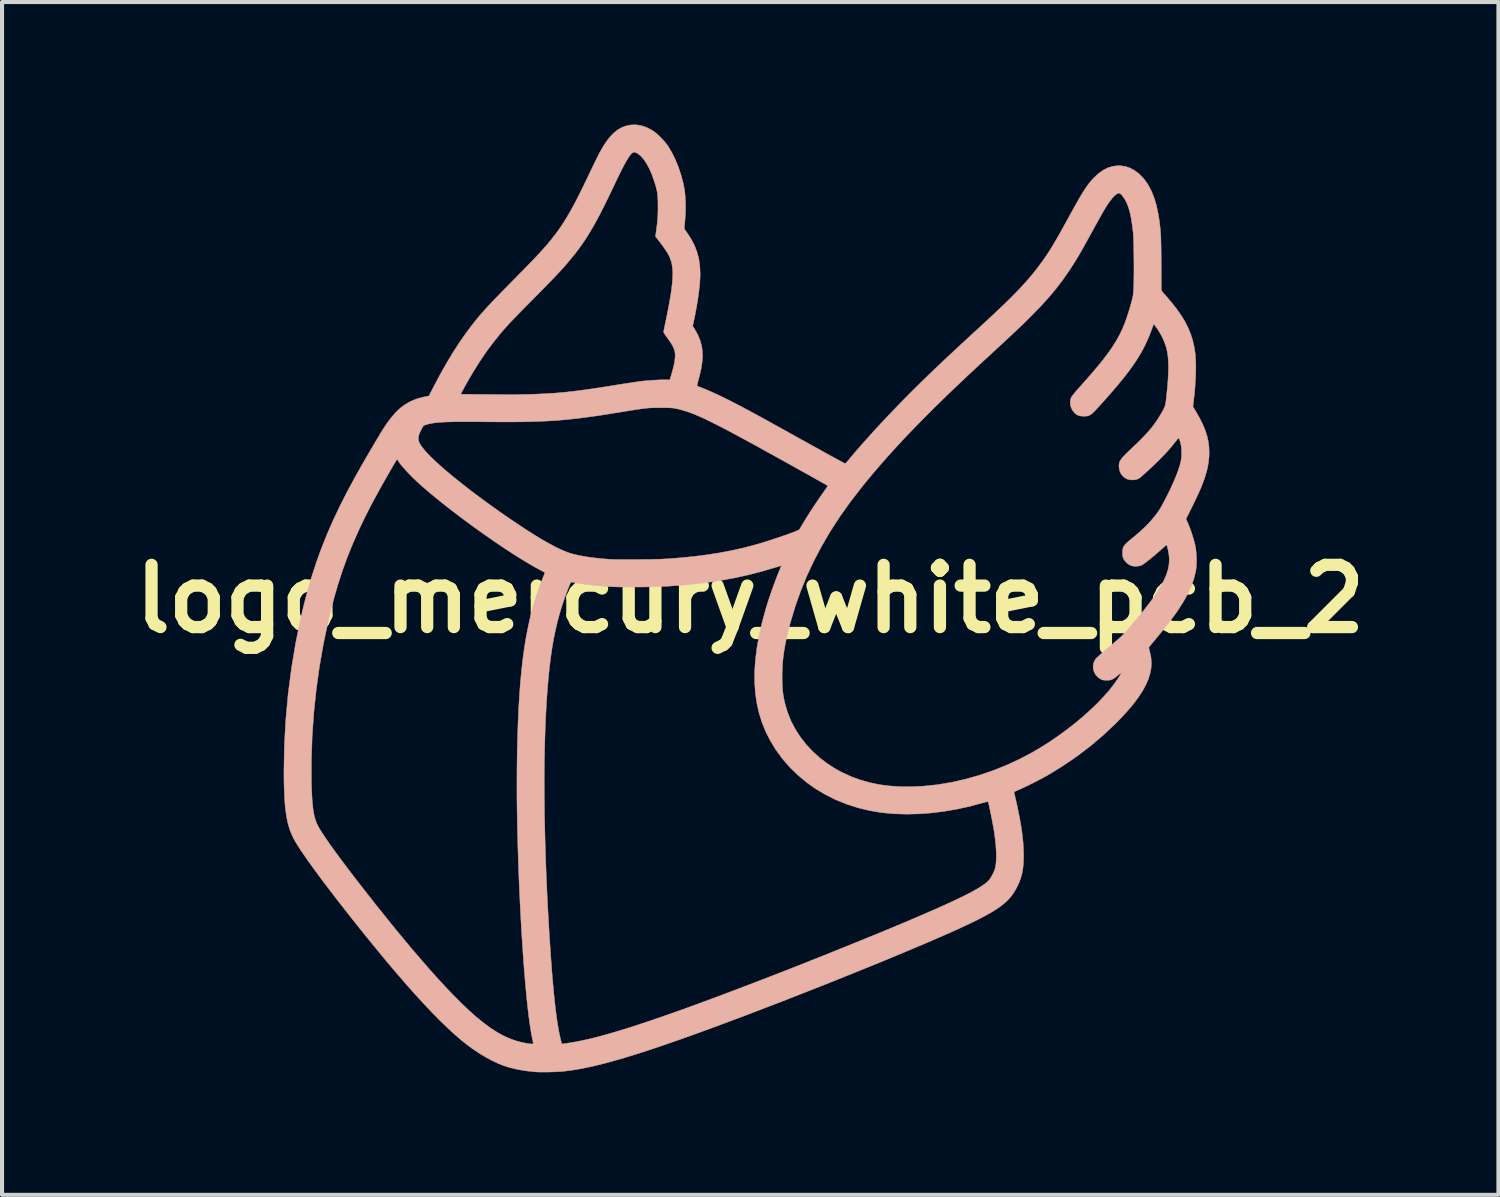
<source format=kicad_pcb>
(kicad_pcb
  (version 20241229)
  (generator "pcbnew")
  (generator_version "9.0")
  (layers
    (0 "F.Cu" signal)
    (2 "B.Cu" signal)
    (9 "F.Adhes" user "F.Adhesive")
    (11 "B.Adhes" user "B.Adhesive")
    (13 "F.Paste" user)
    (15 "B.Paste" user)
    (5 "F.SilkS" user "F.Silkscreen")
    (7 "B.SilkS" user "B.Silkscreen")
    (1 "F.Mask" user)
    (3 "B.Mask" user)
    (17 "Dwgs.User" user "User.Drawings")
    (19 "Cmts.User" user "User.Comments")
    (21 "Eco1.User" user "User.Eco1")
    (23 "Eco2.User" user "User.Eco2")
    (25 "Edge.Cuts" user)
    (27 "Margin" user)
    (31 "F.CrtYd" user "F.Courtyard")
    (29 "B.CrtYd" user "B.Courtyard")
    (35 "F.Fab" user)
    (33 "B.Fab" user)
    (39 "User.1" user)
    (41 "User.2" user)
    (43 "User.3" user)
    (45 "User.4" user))
  (footprint "logo_mercury_white_pcb_2"
    (layer "F.Cu")
    (at 15.32 11.615)
    (property "Reference" "logo_mercury_white_pcb_2" (at 0 0 0) (layer "F.SilkS") (effects (font (size 1.524 1.524) (thickness 0.3))))
    (attr through_hole)
    (fp_poly (pts (xy 3.69 -1.395) (xy 3.715 -1.387) (xy 3.733 -1.369) (xy 3.745 -1.338) (xy 3.752 -1.291) (xy 3.755 -1.225) (xy 3.755 -1.19) (xy 3.755 -1.15) (xy 3.754 -1.111) (xy 3.752 -1.071) (xy 3.749 -1.028) (xy 3.745 -0.979) (xy 3.739 -0.923) (xy 3.731 -0.856) (xy 3.722 -0.777) (xy 3.71 -0.684) (xy 3.696 -0.573) (xy 3.678 -0.444) (xy 3.665 -0.346) (xy 3.651 -0.235) (xy 3.637 -0.123) (xy 3.623 -0.013) (xy 3.611 0.09) (xy 3.6 0.183) (xy 3.592 0.261) (xy 3.586 0.32) (xy 3.585 0.323) (xy 3.57 0.608) (xy 3.574 0.882) (xy 3.597 1.147) (xy 3.639 1.4) (xy 3.7 1.642) (xy 3.781 1.872) (xy 3.88 2.089) (xy 3.88 2.089) (xy 3.972 2.247) (xy 4.077 2.389) (xy 4.197 2.516) (xy 4.334 2.631) (xy 4.49 2.734) (xy 4.632 2.812) (xy 4.679 2.835) (xy 4.743 2.864) (xy 4.818 2.897) (xy 4.9 2.932) (xy 4.982 2.966) (xy 5.013 2.979) (xy 5.166 3.042) (xy 5.298 3.1) (xy 5.411 3.153) (xy 5.504 3.2) (xy 5.579 3.244) (xy 5.638 3.284) (xy 5.68 3.322) (xy 5.707 3.358) (xy 5.721 3.392) (xy 5.722 3.426) (xy 5.72 3.435) (xy 5.698 3.476) (xy 5.655 3.517) (xy 5.594 3.557) (xy 5.515 3.595) (xy 5.422 3.63) (xy 5.316 3.663) (xy 5.2 3.692) (xy 5.075 3.718) (xy 4.944 3.739) (xy 4.808 3.755) (xy 4.67 3.767) (xy 4.533 3.772) (xy 4.397 3.771) (xy 4.324 3.768) (xy 4.074 3.744) (xy 3.842 3.704) (xy 3.625 3.649) (xy 3.426 3.577) (xy 3.242 3.49) (xy 3.074 3.386) (xy 2.923 3.266) (xy 2.851 3.199) (xy 2.723 3.054) (xy 2.614 2.896) (xy 2.522 2.724) (xy 2.45 2.54) (xy 2.397 2.343) (xy 2.362 2.134) (xy 2.347 1.914) (xy 2.348 1.749) (xy 2.361 1.549) (xy 2.388 1.345) (xy 2.429 1.135) (xy 2.485 0.916) (xy 2.555 0.687) (xy 2.641 0.445) (xy 2.699 0.294) (xy 2.771 0.12) (xy 2.847 -0.053) (xy 2.926 -0.225) (xy 3.008 -0.393) (xy 3.09 -0.555) (xy 3.173 -0.708) (xy 3.254 -0.851) (xy 3.333 -0.982) (xy 3.408 -1.099) (xy 3.479 -1.199) (xy 3.544 -1.28) (xy 3.58 -1.32) (xy 3.618 -1.358) (xy 3.645 -1.381) (xy 3.665 -1.393) (xy 3.684 -1.395) (xy 3.69 -1.395)) (stroke (width 0.01) (type solid)) (fill yes) (layer "B.Mask"))
    (fp_poly (pts (xy -8.642 -3.414) (xy -8.634 -3.403) (xy -8.601 -3.352) (xy -8.553 -3.289) (xy -8.49 -3.215) (xy -8.417 -3.134) (xy -8.335 -3.047) (xy -8.246 -2.958) (xy -8.152 -2.867) (xy -8.055 -2.777) (xy -7.959 -2.692) (xy -7.938 -2.673) (xy -7.77 -2.533) (xy -7.591 -2.387) (xy -7.401 -2.237) (xy -7.203 -2.085) (xy -7 -1.933) (xy -6.793 -1.781) (xy -6.584 -1.631) (xy -6.376 -1.485) (xy -6.171 -1.344) (xy -5.97 -1.21) (xy -5.777 -1.085) (xy -5.593 -0.969) (xy -5.42 -0.864) (xy -5.261 -0.773) (xy -5.156 -0.716) (xy -5.025 -0.646) (xy -5.088 -0.488) (xy -5.162 -0.294) (xy -5.231 -0.096) (xy -5.295 0.107) (xy -5.353 0.316) (xy -5.406 0.533) (xy -5.454 0.759) (xy -5.498 0.995) (xy -5.537 1.242) (xy -5.572 1.501) (xy -5.603 1.774) (xy -5.629 2.061) (xy -5.652 2.364) (xy -5.67 2.684) (xy -5.686 3.023) (xy -5.697 3.381) (xy -5.706 3.759) (xy -5.711 4.156) (xy -5.713 4.437) (xy -5.712 4.726) (xy -5.71 5.022) (xy -5.706 5.324) (xy -5.7 5.631) (xy -5.693 5.941) (xy -5.684 6.254) (xy -5.673 6.567) (xy -5.661 6.879) (xy -5.648 7.19) (xy -5.634 7.498) (xy -5.618 7.801) (xy -5.601 8.099) (xy -5.583 8.389) (xy -5.564 8.672) (xy -5.545 8.944) (xy -5.524 9.206) (xy -5.503 9.456) (xy -5.481 9.692) (xy -5.458 9.914) (xy -5.435 10.119) (xy -5.411 10.308) (xy -5.387 10.477) (xy -5.363 10.627) (xy -5.338 10.755) (xy -5.328 10.804) (xy -5.319 10.844) (xy -5.313 10.874) (xy -5.311 10.888) (xy -5.319 10.895) (xy -5.344 10.897) (xy -5.387 10.894) (xy -5.451 10.885) (xy -5.511 10.875) (xy -5.69 10.833) (xy -5.871 10.771) (xy -6.053 10.689) (xy -6.231 10.59) (xy -6.283 10.558) (xy -6.425 10.46) (xy -6.574 10.346) (xy -6.731 10.215) (xy -6.897 10.067) (xy -7.071 9.902) (xy -7.255 9.718) (xy -7.449 9.516) (xy -7.653 9.294) (xy -7.777 9.156) (xy -7.91 9.005) (xy -8.048 8.846) (xy -8.19 8.68) (xy -8.336 8.507) (xy -8.485 8.328) (xy -8.636 8.146) (xy -8.788 7.96) (xy -8.939 7.773) (xy -9.09 7.585) (xy -9.239 7.398) (xy -9.385 7.213) (xy -9.527 7.031) (xy -9.664 6.853) (xy -9.796 6.68) (xy -9.922 6.514) (xy -10.04 6.356) (xy -10.15 6.206) (xy -10.25 6.067) (xy -10.341 5.939) (xy -10.42 5.823) (xy -10.487 5.721) (xy -10.542 5.634) (xy -10.582 5.563) (xy -10.59 5.547) (xy -10.62 5.481) (xy -10.646 5.411) (xy -10.669 5.333) (xy -10.688 5.246) (xy -10.704 5.149) (xy -10.717 5.038) (xy -10.727 4.913) (xy -10.735 4.771) (xy -10.741 4.61) (xy -10.745 4.429) (xy -10.745 4.381) (xy -10.743 3.832) (xy -10.721 3.275) (xy -10.679 2.714) (xy -10.618 2.154) (xy -10.539 1.596) (xy -10.441 1.046) (xy -10.325 0.506) (xy -10.264 0.254) (xy -10.177 -0.075) (xy -10.084 -0.392) (xy -9.982 -0.701) (xy -9.872 -1.005) (xy -9.751 -1.308) (xy -9.619 -1.612) (xy -9.474 -1.921) (xy -9.314 -2.237) (xy -9.14 -2.565) (xy -9.08 -2.673) (xy -9.044 -2.738) (xy -9.002 -2.812) (xy -8.957 -2.891) (xy -8.911 -2.972) (xy -8.864 -3.054) (xy -8.819 -3.134) (xy -8.775 -3.208) (xy -8.737 -3.275) (xy -8.703 -3.332) (xy -8.677 -3.377) (xy -8.659 -3.406) (xy -8.651 -3.417) (xy -8.642 -3.414)) (stroke (width 0.01) (type solid)) (fill yes) (layer "B.Mask"))
    (fp_poly (pts (xy -2.088 -4.681) (xy -1.995 -4.678) (xy -1.915 -4.673) (xy -1.844 -4.665) (xy -1.775 -4.653) (xy -1.706 -4.636) (xy -1.63 -4.613) (xy -1.543 -4.585) (xy -1.419 -4.539) (xy -1.278 -4.481) (xy -1.118 -4.409) (xy -0.94 -4.325) (xy -0.743 -4.227) (xy -0.528 -4.115) (xy -0.312 -4) (xy -0.253 -3.968) (xy -0.18 -3.928) (xy -0.094 -3.881) (xy 0.004 -3.828) (xy 0.111 -3.769) (xy 0.225 -3.706) (xy 0.347 -3.638) (xy 0.473 -3.569) (xy 0.603 -3.497) (xy 0.735 -3.424) (xy 0.866 -3.351) (xy 0.997 -3.278) (xy 1.124 -3.208) (xy 1.247 -3.139) (xy 1.364 -3.074) (xy 1.473 -3.013) (xy 1.573 -2.957) (xy 1.662 -2.908) (xy 1.738 -2.865) (xy 1.801 -2.829) (xy 1.848 -2.802) (xy 1.878 -2.785) (xy 1.889 -2.778) (xy 1.89 -2.768) (xy 1.881 -2.748) (xy 1.862 -2.715) (xy 1.832 -2.668) (xy 1.789 -2.606) (xy 1.749 -2.55) (xy 1.65 -2.407) (xy 1.551 -2.26) (xy 1.455 -2.114) (xy 1.367 -1.974) (xy 1.29 -1.845) (xy 1.276 -1.822) (xy 1.254 -1.781) (xy 1.236 -1.75) (xy 1.22 -1.725) (xy 1.203 -1.705) (xy 1.182 -1.688) (xy 1.155 -1.672) (xy 1.118 -1.656) (xy 1.069 -1.637) (xy 1.006 -1.614) (xy 0.924 -1.585) (xy 0.901 -1.576) (xy 0.592 -1.469) (xy 0.291 -1.374) (xy -0.006 -1.291) (xy -0.304 -1.218) (xy -0.605 -1.155) (xy -0.912 -1.102) (xy -1.23 -1.057) (xy -1.563 -1.02) (xy -1.912 -0.991) (xy -2.049 -0.981) (xy -2.116 -0.978) (xy -2.201 -0.975) (xy -2.301 -0.972) (xy -2.413 -0.969) (xy -2.533 -0.967) (xy -2.658 -0.966) (xy -2.786 -0.965) (xy -2.911 -0.964) (xy -3.032 -0.964) (xy -3.145 -0.964) (xy -3.246 -0.965) (xy -3.332 -0.967) (xy -3.4 -0.969) (xy -3.423 -0.97) (xy -3.594 -0.983) (xy -3.761 -0.999) (xy -3.921 -1.019) (xy -4.07 -1.041) (xy -4.205 -1.067) (xy -4.324 -1.094) (xy -4.416 -1.121) (xy -4.538 -1.166) (xy -4.674 -1.227) (xy -4.826 -1.302) (xy -4.992 -1.393) (xy -5.174 -1.5) (xy -5.372 -1.622) (xy -5.585 -1.759) (xy -5.815 -1.913) (xy -6.061 -2.082) (xy -6.281 -2.238) (xy -6.509 -2.403) (xy -6.726 -2.564) (xy -6.93 -2.719) (xy -7.121 -2.868) (xy -7.298 -3.011) (xy -7.459 -3.147) (xy -7.606 -3.276) (xy -7.736 -3.395) (xy -7.849 -3.506) (xy -7.944 -3.608) (xy -8.021 -3.699) (xy -8.079 -3.779) (xy -8.088 -3.794) (xy -8.111 -3.833) (xy -8.123 -3.862) (xy -8.127 -3.893) (xy -8.126 -3.936) (xy -8.126 -3.939) (xy -8.122 -3.978) (xy -8.114 -4.014) (xy -8.1 -4.053) (xy -8.078 -4.102) (xy -8.064 -4.129) (xy -8.038 -4.179) (xy -8.019 -4.213) (xy -8.003 -4.235) (xy -7.986 -4.248) (xy -7.965 -4.258) (xy -7.955 -4.262) (xy -7.92 -4.272) (xy -7.87 -4.284) (xy -7.815 -4.295) (xy -7.793 -4.299) (xy -7.74 -4.308) (xy -7.686 -4.315) (xy -7.629 -4.321) (xy -7.566 -4.326) (xy -7.497 -4.331) (xy -7.419 -4.334) (xy -7.331 -4.336) (xy -7.23 -4.338) (xy -7.116 -4.339) (xy -6.985 -4.339) (xy -6.836 -4.339) (xy -6.668 -4.338) (xy -6.494 -4.336) (xy -6.231 -4.334) (xy -5.989 -4.334) (xy -5.765 -4.334) (xy -5.556 -4.336) (xy -5.36 -4.34) (xy -5.174 -4.346) (xy -4.997 -4.354) (xy -4.824 -4.364) (xy -4.655 -4.377) (xy -4.485 -4.392) (xy -4.313 -4.41) (xy -4.137 -4.432) (xy -3.953 -4.456) (xy -3.759 -4.483) (xy -3.553 -4.515) (xy -3.332 -4.55) (xy -3.192 -4.572) (xy -3.051 -4.595) (xy -2.931 -4.614) (xy -2.828 -4.631) (xy -2.74 -4.644) (xy -2.664 -4.655) (xy -2.599 -4.663) (xy -2.541 -4.67) (xy -2.487 -4.675) (xy -2.436 -4.678) (xy -2.385 -4.68) (xy -2.33 -4.681) (xy -2.27 -4.681) (xy -2.202 -4.681) (xy -2.199 -4.681) (xy -2.088 -4.681)) (stroke (width 0.01) (type solid)) (fill yes) (layer "B.Mask"))
    (fp_poly (pts (xy 0.758 -0.804) (xy 0.716 -0.7) (xy 0.681 -0.613) (xy 0.651 -0.538) (xy 0.625 -0.471) (xy 0.601 -0.408) (xy 0.577 -0.344) (xy 0.552 -0.275) (xy 0.551 -0.271) (xy 0.431 0.08) (xy 0.331 0.417) (xy 0.249 0.742) (xy 0.185 1.055) (xy 0.14 1.356) (xy 0.114 1.645) (xy 0.106 1.923) (xy 0.117 2.191) (xy 0.146 2.448) (xy 0.193 2.694) (xy 0.208 2.754) (xy 0.24 2.874) (xy 0.274 2.982) (xy 0.311 3.084) (xy 0.355 3.189) (xy 0.408 3.304) (xy 0.427 3.342) (xy 0.553 3.573) (xy 0.698 3.793) (xy 0.863 4.002) (xy 1.044 4.197) (xy 1.242 4.379) (xy 1.455 4.547) (xy 1.682 4.699) (xy 1.922 4.835) (xy 2.174 4.953) (xy 2.436 5.053) (xy 2.59 5.102) (xy 2.861 5.17) (xy 3.145 5.221) (xy 3.441 5.254) (xy 3.746 5.269) (xy 4.06 5.266) (xy 4.381 5.246) (xy 4.707 5.209) (xy 5.036 5.154) (xy 5.367 5.082) (xy 5.699 4.992) (xy 5.707 4.989) (xy 5.766 4.973) (xy 5.804 4.966) (xy 5.823 4.966) (xy 5.825 4.969) (xy 5.835 5.001) (xy 5.847 5.053) (xy 5.862 5.121) (xy 5.879 5.202) (xy 5.897 5.292) (xy 5.916 5.388) (xy 5.935 5.487) (xy 5.952 5.585) (xy 5.969 5.68) (xy 5.983 5.767) (xy 5.995 5.844) (xy 6 5.877) (xy 6.009 5.954) (xy 6.015 6.042) (xy 6.019 6.136) (xy 6.021 6.232) (xy 6.021 6.326) (xy 6.019 6.413) (xy 6.014 6.489) (xy 6.007 6.549) (xy 6.001 6.581) (xy 5.977 6.652) (xy 5.944 6.727) (xy 5.905 6.8) (xy 5.865 6.862) (xy 5.831 6.903) (xy 5.785 6.946) (xy 5.725 6.992) (xy 5.65 7.042) (xy 5.56 7.097) (xy 5.455 7.156) (xy 5.333 7.221) (xy 5.194 7.291) (xy 5.036 7.367) (xy 4.86 7.449) (xy 4.665 7.538) (xy 4.45 7.633) (xy 4.214 7.736) (xy 4.122 7.776) (xy 3.893 7.873) (xy 3.645 7.978) (xy 3.38 8.088) (xy 3.1 8.204) (xy 2.807 8.324) (xy 2.504 8.447) (xy 2.192 8.573) (xy 1.874 8.7) (xy 1.553 8.828) (xy 1.23 8.956) (xy 0.907 9.083) (xy 0.588 9.208) (xy 0.273 9.33) (xy -0.034 9.448) (xy -0.331 9.561) (xy -0.438 9.602) (xy -0.82 9.745) (xy -1.182 9.88) (xy -1.524 10.004) (xy -1.847 10.12) (xy -2.151 10.227) (xy -2.438 10.325) (xy -2.708 10.415) (xy -2.961 10.497) (xy -3.198 10.57) (xy -3.421 10.636) (xy -3.628 10.694) (xy -3.822 10.745) (xy -4.003 10.789) (xy -4.171 10.825) (xy -4.327 10.855) (xy -4.457 10.876) (xy -4.504 10.883) (xy -4.548 10.889) (xy -4.579 10.894) (xy -4.58 10.894) (xy -4.616 10.9) (xy -4.645 10.775) (xy -4.671 10.658) (xy -4.696 10.531) (xy -4.719 10.393) (xy -4.742 10.242) (xy -4.764 10.079) (xy -4.785 9.901) (xy -4.805 9.708) (xy -4.825 9.498) (xy -4.845 9.27) (xy -4.865 9.024) (xy -4.884 8.757) (xy -4.904 8.47) (xy -4.918 8.249) (xy -4.945 7.791) (xy -4.969 7.333) (xy -4.99 6.879) (xy -5.007 6.429) (xy -5.021 5.986) (xy -5.032 5.551) (xy -5.039 5.127) (xy -5.043 4.714) (xy -5.043 4.316) (xy -5.04 3.933) (xy -5.033 3.568) (xy -5.023 3.222) (xy -5.011 2.933) (xy -4.993 2.608) (xy -4.973 2.305) (xy -4.951 2.021) (xy -4.925 1.755) (xy -4.895 1.505) (xy -4.862 1.268) (xy -4.825 1.044) (xy -4.784 0.831) (xy -4.738 0.626) (xy -4.687 0.427) (xy -4.631 0.234) (xy -4.569 0.045) (xy -4.501 -0.144) (xy -4.47 -0.223) (xy -4.443 -0.292) (xy -4.423 -0.342) (xy -4.408 -0.377) (xy -4.396 -0.398) (xy -4.387 -0.409) (xy -4.377 -0.413) (xy -4.367 -0.411) (xy -4.365 -0.411) (xy -4.265 -0.392) (xy -4.147 -0.373) (xy -4.015 -0.355) (xy -3.872 -0.338) (xy -3.725 -0.323) (xy -3.576 -0.31) (xy -3.431 -0.3) (xy -3.412 -0.299) (xy -3.327 -0.296) (xy -3.223 -0.293) (xy -3.104 -0.292) (xy -2.974 -0.291) (xy -2.835 -0.291) (xy -2.693 -0.292) (xy -2.55 -0.294) (xy -2.412 -0.297) (xy -2.28 -0.3) (xy -2.161 -0.304) (xy -2.056 -0.309) (xy -2.003 -0.312) (xy -1.623 -0.34) (xy -1.261 -0.377) (xy -0.915 -0.422) (xy -0.581 -0.477) (xy -0.256 -0.541) (xy 0.063 -0.615) (xy 0.38 -0.701) (xy 0.598 -0.766) (xy 0.655 -0.783) (xy 0.703 -0.796) (xy 0.738 -0.804) (xy 0.756 -0.806) (xy 0.758 -0.804)) (stroke (width 0.01) (type solid)) (fill yes) (layer "B.Mask"))
    (fp_poly (pts (xy -2.678 -11.592) (xy -2.554 -11.552) (xy -2.43 -11.491) (xy -2.376 -11.458) (xy -2.304 -11.404) (xy -2.227 -11.335) (xy -2.15 -11.257) (xy -2.079 -11.175) (xy -2.018 -11.095) (xy -2.01 -11.083) (xy -1.919 -10.93) (xy -1.835 -10.76) (xy -1.76 -10.577) (xy -1.696 -10.386) (xy -1.644 -10.191) (xy -1.615 -10.05) (xy -1.6 -9.941) (xy -1.59 -9.815) (xy -1.584 -9.678) (xy -1.584 -9.535) (xy -1.589 -9.393) (xy -1.598 -9.263) (xy -1.617 -9.065) (xy -1.549 -8.969) (xy -1.446 -8.81) (xy -1.364 -8.652) (xy -1.302 -8.491) (xy -1.259 -8.325) (xy -1.234 -8.151) (xy -1.226 -7.964) (xy -1.228 -7.868) (xy -1.237 -7.717) (xy -1.255 -7.548) (xy -1.28 -7.363) (xy -1.312 -7.167) (xy -1.35 -6.961) (xy -1.381 -6.814) (xy -1.409 -6.683) (xy -1.345 -6.579) (xy -1.279 -6.457) (xy -1.229 -6.335) (xy -1.193 -6.211) (xy -1.173 -6.082) (xy -1.168 -5.946) (xy -1.178 -5.799) (xy -1.202 -5.64) (xy -1.241 -5.467) (xy -1.259 -5.401) (xy -1.275 -5.342) (xy -1.288 -5.29) (xy -1.298 -5.25) (xy -1.304 -5.227) (xy -1.305 -5.222) (xy -1.295 -5.214) (xy -1.268 -5.201) (xy -1.231 -5.187) (xy -1.227 -5.185) (xy -1.161 -5.16) (xy -1.079 -5.126) (xy -0.984 -5.085) (xy -0.88 -5.038) (xy -0.769 -4.987) (xy -0.657 -4.933) (xy -0.546 -4.878) (xy -0.468 -4.839) (xy -0.397 -4.802) (xy -0.329 -4.767) (xy -0.26 -4.731) (xy -0.191 -4.695) (xy -0.119 -4.656) (xy -0.042 -4.616) (xy 0.039 -4.571) (xy 0.128 -4.523) (xy 0.225 -4.47) (xy 0.332 -4.412) (xy 0.45 -4.347) (xy 0.581 -4.274) (xy 0.726 -4.194) (xy 0.887 -4.105) (xy 1.064 -4.006) (xy 1.26 -3.897) (xy 1.297 -3.877) (xy 1.438 -3.799) (xy 1.574 -3.723) (xy 1.703 -3.652) (xy 1.823 -3.585) (xy 1.934 -3.524) (xy 2.034 -3.47) (xy 2.121 -3.422) (xy 2.195 -3.382) (xy 2.253 -3.351) (xy 2.295 -3.328) (xy 2.319 -3.316) (xy 2.324 -3.314) (xy 2.337 -3.323) (xy 2.36 -3.346) (xy 2.39 -3.38) (xy 2.419 -3.414) (xy 2.494 -3.505) (xy 2.584 -3.611) (xy 2.685 -3.727) (xy 2.795 -3.851) (xy 2.911 -3.982) (xy 3.032 -4.115) (xy 3.155 -4.249) (xy 3.278 -4.381) (xy 3.365 -4.473) (xy 3.503 -4.618) (xy 3.638 -4.758) (xy 3.774 -4.897) (xy 3.91 -5.035) (xy 4.05 -5.174) (xy 4.194 -5.316) (xy 4.344 -5.462) (xy 4.501 -5.613) (xy 4.668 -5.771) (xy 4.845 -5.938) (xy 5.034 -6.114) (xy 5.237 -6.303) (xy 5.455 -6.504) (xy 5.553 -6.594) (xy 5.734 -6.76) (xy 5.899 -6.914) (xy 6.049 -7.054) (xy 6.186 -7.184) (xy 6.309 -7.304) (xy 6.422 -7.416) (xy 6.525 -7.521) (xy 6.62 -7.62) (xy 6.707 -7.715) (xy 6.789 -7.807) (xy 6.866 -7.897) (xy 6.94 -7.987) (xy 7.012 -8.078) (xy 7.082 -8.171) (xy 7.139 -8.248) (xy 7.192 -8.322) (xy 7.244 -8.397) (xy 7.295 -8.473) (xy 7.347 -8.554) (xy 7.4 -8.641) (xy 7.457 -8.736) (xy 7.518 -8.842) (xy 7.586 -8.961) (xy 7.66 -9.094) (xy 7.743 -9.245) (xy 7.799 -9.346) (xy 7.881 -9.496) (xy 7.954 -9.628) (xy 8.019 -9.742) (xy 8.076 -9.842) (xy 8.128 -9.928) (xy 8.175 -10.003) (xy 8.219 -10.069) (xy 8.26 -10.128) (xy 8.3 -10.18) (xy 8.34 -10.229) (xy 8.381 -10.276) (xy 8.41 -10.307) (xy 8.522 -10.412) (xy 8.637 -10.495) (xy 8.755 -10.556) (xy 8.876 -10.593) (xy 9 -10.608) (xy 9.068 -10.607) (xy 9.188 -10.589) (xy 9.3 -10.551) (xy 9.408 -10.493) (xy 9.513 -10.414) (xy 9.548 -10.383) (xy 9.652 -10.27) (xy 9.744 -10.138) (xy 9.824 -9.987) (xy 9.892 -9.816) (xy 9.948 -9.625) (xy 9.992 -9.415) (xy 10.009 -9.311) (xy 10.019 -9.236) (xy 10.028 -9.168) (xy 10.036 -9.104) (xy 10.042 -9.041) (xy 10.047 -8.976) (xy 10.052 -8.908) (xy 10.055 -8.834) (xy 10.057 -8.751) (xy 10.059 -8.655) (xy 10.061 -8.546) (xy 10.062 -8.42) (xy 10.063 -8.274) (xy 10.063 -8.216) (xy 10.066 -7.548) (xy 10.171 -7.429) (xy 10.317 -7.259) (xy 10.443 -7.098) (xy 10.552 -6.943) (xy 10.644 -6.792) (xy 10.72 -6.642) (xy 10.782 -6.493) (xy 10.831 -6.34) (xy 10.868 -6.182) (xy 10.894 -6.016) (xy 10.898 -5.978) (xy 10.907 -5.858) (xy 10.911 -5.718) (xy 10.91 -5.562) (xy 10.903 -5.392) (xy 10.892 -5.212) (xy 10.876 -5.025) (xy 10.858 -4.864) (xy 10.84 -4.711) (xy 10.915 -4.584) (xy 11.007 -4.421) (xy 11.082 -4.27) (xy 11.141 -4.128) (xy 11.185 -3.99) (xy 11.215 -3.855) (xy 11.232 -3.72) (xy 11.237 -3.596) (xy 11.234 -3.481) (xy 11.223 -3.366) (xy 11.204 -3.249) (xy 11.176 -3.127) (xy 11.139 -2.999) (xy 11.091 -2.863) (xy 11.033 -2.715) (xy 10.962 -2.555) (xy 10.88 -2.38) (xy 10.812 -2.242) (xy 10.671 -1.961) (xy 10.717 -1.855) (xy 10.754 -1.764) (xy 10.792 -1.661) (xy 10.828 -1.552) (xy 10.86 -1.445) (xy 10.886 -1.347) (xy 10.9 -1.282) (xy 10.915 -1.185) (xy 10.924 -1.075) (xy 10.928 -0.961) (xy 10.926 -0.848) (xy 10.918 -0.744) (xy 10.906 -0.664) (xy 10.86 -0.485) (xy 10.793 -0.3) (xy 10.705 -0.109) (xy 10.594 0.089) (xy 10.462 0.293) (xy 10.445 0.318) (xy 10.378 0.41) (xy 10.299 0.516) (xy 10.21 0.631) (xy 10.114 0.753) (xy 10.015 0.876) (xy 9.914 0.998) (xy 9.816 1.115) (xy 9.77 1.169) (xy 9.763 1.18) (xy 9.761 1.195) (xy 9.764 1.219) (xy 9.773 1.257) (xy 9.784 1.298) (xy 9.812 1.428) (xy 9.823 1.559) (xy 9.816 1.692) (xy 9.79 1.828) (xy 9.746 1.967) (xy 9.684 2.111) (xy 9.602 2.26) (xy 9.5 2.414) (xy 9.379 2.575) (xy 9.237 2.743) (xy 9.075 2.919) (xy 8.96 3.037) (xy 8.656 3.325) (xy 8.337 3.596) (xy 8.001 3.852) (xy 7.647 4.094) (xy 7.32 4.295) (xy 7.236 4.343) (xy 7.137 4.396) (xy 7.029 4.453) (xy 6.918 4.51) (xy 6.809 4.564) (xy 6.708 4.613) (xy 6.619 4.654) (xy 6.597 4.663) (xy 6.457 4.724) (xy 6.467 4.766) (xy 6.517 4.983) (xy 6.559 5.18) (xy 6.595 5.36) (xy 6.625 5.527) (xy 6.649 5.681) (xy 6.667 5.827) (xy 6.681 5.966) (xy 6.689 6.101) (xy 6.693 6.194) (xy 6.694 6.351) (xy 6.688 6.489) (xy 6.675 6.613) (xy 6.654 6.727) (xy 6.624 6.836) (xy 6.584 6.942) (xy 6.54 7.037) (xy 6.489 7.133) (xy 6.433 7.221) (xy 6.37 7.304) (xy 6.298 7.382) (xy 6.216 7.458) (xy 6.122 7.532) (xy 6.013 7.606) (xy 5.889 7.683) (xy 5.746 7.762) (xy 5.584 7.847) (xy 5.536 7.871) (xy 5.405 7.935) (xy 5.254 8.006) (xy 5.084 8.085) (xy 4.895 8.169) (xy 4.69 8.26) (xy 4.47 8.355) (xy 4.235 8.456) (xy 3.987 8.561) (xy 3.728 8.67) (xy 3.458 8.782) (xy 3.18 8.897) (xy 2.893 9.014) (xy 2.599 9.133) (xy 2.301 9.253) (xy 1.998 9.375) (xy 1.692 9.496) (xy 1.384 9.617) (xy 1.076 9.738) (xy 0.77 9.858) (xy 0.465 9.975) (xy 0.163 10.091) (xy -0.133 10.204) (xy -0.424 10.313) (xy -0.708 10.419) (xy -0.983 10.521) (xy -1.249 10.618) (xy -1.504 10.71) (xy -1.746 10.796) (xy -1.841 10.829) (xy -2.152 10.936) (xy -2.442 11.034) (xy -2.714 11.122) (xy -2.969 11.202) (xy -3.208 11.273) (xy -3.432 11.336) (xy -3.642 11.392) (xy -3.84 11.439) (xy -4.027 11.48) (xy -4.203 11.514) (xy -4.371 11.541) (xy -4.531 11.562) (xy -4.543 11.563) (xy -4.63 11.571) (xy -4.731 11.578) (xy -4.841 11.582) (xy -4.953 11.585) (xy -5.061 11.586) (xy -5.161 11.585) (xy -5.246 11.582) (xy -5.271 11.58) (xy -5.497 11.555) (xy -5.712 11.518) (xy -5.91 11.469) (xy -6.032 11.43) (xy -6.172 11.375) (xy -6.322 11.304) (xy -6.478 11.22) (xy -6.637 11.124) (xy -6.794 11.019) (xy -6.926 10.922) (xy -7.078 10.801) (xy -7.239 10.662) (xy -7.41 10.505) (xy -7.591 10.33) (xy -7.781 10.137) (xy -7.982 9.925) (xy -8.193 9.695) (xy -8.415 9.446) (xy -8.647 9.177) (xy -8.891 8.89) (xy -9.145 8.582) (xy -9.411 8.256) (xy -9.555 8.076) (xy -9.75 7.832) (xy -9.934 7.597) (xy -10.109 7.374) (xy -10.272 7.161) (xy -10.424 6.961) (xy -10.565 6.773) (xy -10.693 6.599) (xy -10.809 6.438) (xy -10.911 6.291) (xy -11.001 6.16) (xy -11.076 6.044) (xy -11.137 5.944) (xy -11.183 5.861) (xy -11.186 5.856) (xy -11.229 5.764) (xy -11.268 5.667) (xy -11.301 5.564) (xy -11.33 5.452) (xy -11.354 5.331) (xy -11.374 5.197) (xy -11.39 5.051) (xy -11.402 4.888) (xy -11.41 4.709) (xy -11.416 4.511) (xy -11.417 4.381) (xy -10.745 4.381) (xy -10.742 4.568) (xy -10.736 4.734) (xy -10.729 4.88) (xy -10.719 5.009) (xy -10.707 5.123) (xy -10.692 5.224) (xy -10.674 5.313) (xy -10.652 5.393) (xy -10.627 5.465) (xy -10.598 5.531) (xy -10.59 5.547) (xy -10.554 5.614) (xy -10.502 5.698) (xy -10.437 5.798) (xy -10.359 5.913) (xy -10.268 6.043) (xy -10.164 6.187) (xy -10.049 6.344) (xy -9.922 6.513) (xy -9.785 6.695) (xy -9.637 6.887) (xy -9.48 7.089) (xy -9.314 7.301) (xy -9.14 7.522) (xy -9.01 7.684) (xy -8.755 8.002) (xy -8.508 8.302) (xy -8.271 8.586) (xy -8.043 8.852) (xy -7.825 9.102) (xy -7.617 9.333) (xy -7.419 9.546) (xy -7.232 9.74) (xy -7.055 9.916) (xy -6.89 10.073) (xy -6.737 10.211) (xy -6.668 10.269) (xy -6.508 10.397) (xy -6.358 10.507) (xy -6.215 10.6) (xy -6.076 10.679) (xy -5.938 10.744) (xy -5.799 10.799) (xy -5.776 10.806) (xy -5.708 10.828) (xy -5.636 10.847) (xy -5.563 10.864) (xy -5.494 10.878) (xy -5.431 10.889) (xy -5.378 10.895) (xy -5.339 10.897) (xy -5.315 10.894) (xy -5.311 10.888) (xy -5.313 10.872) (xy -5.32 10.84) (xy -5.328 10.804) (xy -5.352 10.686) (xy -5.377 10.545) (xy -5.401 10.384) (xy -5.425 10.204) (xy -5.448 10.006) (xy -5.471 9.791) (xy -5.493 9.561) (xy -5.515 9.317) (xy -5.536 9.06) (xy -5.556 8.792) (xy -5.575 8.513) (xy -5.594 8.226) (xy -5.611 7.931) (xy -5.627 7.63) (xy -5.642 7.324) (xy -5.656 7.014) (xy -5.668 6.702) (xy -5.68 6.389) (xy -5.689 6.076) (xy -5.697 5.764) (xy -5.704 5.456) (xy -5.709 5.151) (xy -5.712 4.852) (xy -5.713 4.56) (xy -5.712 4.433) (xy -5.044 4.433) (xy -5.042 4.881) (xy -5.037 5.344) (xy -5.026 5.82) (xy -5.012 6.309) (xy -4.993 6.808) (xy -4.97 7.316) (xy -4.943 7.832) (xy -4.918 8.249) (xy -4.897 8.562) (xy -4.877 8.852) (xy -4.857 9.122) (xy -4.836 9.371) (xy -4.815 9.601) (xy -4.794 9.812) (xy -4.772 10.006) (xy -4.75 10.184) (xy -4.727 10.346) (xy -4.703 10.494) (xy -4.678 10.628) (xy -4.652 10.75) (xy -4.635 10.821) (xy -4.624 10.862) (xy -4.616 10.885) (xy -4.606 10.895) (xy -4.591 10.895) (xy -4.579 10.894) (xy -4.553 10.89) (xy -4.51 10.883) (xy -4.458 10.875) (xy -4.422 10.87) (xy -4.285 10.847) (xy -4.137 10.818) (xy -3.978 10.783) (xy -3.808 10.742) (xy -3.625 10.694) (xy -3.43 10.639) (xy -3.221 10.578) (xy -2.999 10.509) (xy -2.761 10.433) (xy -2.509 10.349) (xy -2.241 10.258) (xy -1.957 10.159) (xy -1.655 10.052) (xy -1.336 9.936) (xy -0.999 9.812) (xy -0.644 9.679) (xy -0.269 9.537) (xy 0.126 9.387) (xy 0.534 9.229) (xy 0.765 9.14) (xy 1.007 9.045) (xy 1.259 8.946) (xy 1.517 8.843) (xy 1.78 8.738) (xy 2.045 8.632) (xy 2.31 8.525) (xy 2.572 8.419) (xy 2.828 8.315) (xy 3.077 8.213) (xy 3.315 8.115) (xy 3.54 8.021) (xy 3.751 7.933) (xy 3.944 7.852) (xy 4.054 7.804) (xy 4.301 7.698) (xy 4.527 7.599) (xy 4.733 7.507) (xy 4.919 7.422) (xy 5.086 7.343) (xy 5.236 7.27) (xy 5.368 7.203) (xy 5.483 7.141) (xy 5.583 7.084) (xy 5.667 7.032) (xy 5.737 6.983) (xy 5.794 6.938) (xy 5.831 6.903) (xy 5.869 6.856) (xy 5.909 6.793) (xy 5.947 6.722) (xy 5.978 6.649) (xy 5.999 6.587) (xy 6.013 6.51) (xy 6.022 6.414) (xy 6.025 6.301) (xy 6.022 6.175) (xy 6.014 6.039) (xy 6 5.896) (xy 5.981 5.749) (xy 5.98 5.744) (xy 5.97 5.679) (xy 5.956 5.603) (xy 5.941 5.517) (xy 5.924 5.427) (xy 5.906 5.336) (xy 5.888 5.247) (xy 5.871 5.164) (xy 5.855 5.091) (xy 5.842 5.031) (xy 5.831 4.987) (xy 5.825 4.969) (xy 5.813 4.965) (xy 5.782 4.97) (xy 5.73 4.983) (xy 5.707 4.989) (xy 5.393 5.075) (xy 5.075 5.145) (xy 4.757 5.2) (xy 4.44 5.24) (xy 4.127 5.263) (xy 3.822 5.27) (xy 3.527 5.261) (xy 3.245 5.236) (xy 3.205 5.231) (xy 2.912 5.181) (xy 2.628 5.111) (xy 2.354 5.023) (xy 2.091 4.916) (xy 1.839 4.79) (xy 1.6 4.648) (xy 1.375 4.488) (xy 1.164 4.312) (xy 0.968 4.121) (xy 0.789 3.914) (xy 0.627 3.693) (xy 0.609 3.666) (xy 0.483 3.456) (xy 0.375 3.241) (xy 0.286 3.018) (xy 0.214 2.787) (xy 0.161 2.548) (xy 0.125 2.3) (xy 0.108 2.042) (xy 0.108 1.888) (xy 0.781 1.888) (xy 0.782 2.019) (xy 0.786 2.132) (xy 0.793 2.234) (xy 0.804 2.33) (xy 0.82 2.425) (xy 0.841 2.524) (xy 0.849 2.557) (xy 0.912 2.774) (xy 0.996 2.984) (xy 1.101 3.186) (xy 1.225 3.379) (xy 1.368 3.562) (xy 1.528 3.734) (xy 1.705 3.894) (xy 1.897 4.039) (xy 2.103 4.17) (xy 2.249 4.248) (xy 2.469 4.349) (xy 2.695 4.432) (xy 2.928 4.498) (xy 3.17 4.548) (xy 3.423 4.58) (xy 3.688 4.597) (xy 3.967 4.597) (xy 4.26 4.582) (xy 4.594 4.547) (xy 4.932 4.49) (xy 5.272 4.413) (xy 5.613 4.316) (xy 5.95 4.201) (xy 6.282 4.068) (xy 6.606 3.917) (xy 6.877 3.775) (xy 7.098 3.646) (xy 7.318 3.507) (xy 7.534 3.36) (xy 7.746 3.206) (xy 7.95 3.047) (xy 8.145 2.884) (xy 8.329 2.719) (xy 8.501 2.554) (xy 8.658 2.39) (xy 8.799 2.228) (xy 8.921 2.071) (xy 9.022 1.923) (xy 9.049 1.88) (xy 9.07 1.844) (xy 9.083 1.819) (xy 9.086 1.81) (xy 9.078 1.813) (xy 9.056 1.828) (xy 9.025 1.852) (xy 9.003 1.871) (xy 8.945 1.918) (xy 8.899 1.951) (xy 8.859 1.972) (xy 8.82 1.985) (xy 8.775 1.99) (xy 8.728 1.991) (xy 8.674 1.99) (xy 8.635 1.985) (xy 8.603 1.976) (xy 8.581 1.965) (xy 8.511 1.916) (xy 8.457 1.855) (xy 8.419 1.785) (xy 8.399 1.709) (xy 8.396 1.631) (xy 8.413 1.555) (xy 8.448 1.484) (xy 8.469 1.458) (xy 8.487 1.439) (xy 8.522 1.407) (xy 8.568 1.365) (xy 8.625 1.315) (xy 8.69 1.259) (xy 8.76 1.199) (xy 8.795 1.17) (xy 8.879 1.099) (xy 8.948 1.04) (xy 9.005 0.991) (xy 9.053 0.949) (xy 9.095 0.91) (xy 9.132 0.873) (xy 9.169 0.834) (xy 9.208 0.791) (xy 9.251 0.742) (xy 9.301 0.682) (xy 9.351 0.623) (xy 9.46 0.495) (xy 9.555 0.38) (xy 9.638 0.277) (xy 9.712 0.183) (xy 9.779 0.096) (xy 9.84 0.012) (xy 9.898 -0.071) (xy 9.955 -0.156) (xy 9.968 -0.175) (xy 10.063 -0.329) (xy 10.139 -0.473) (xy 10.196 -0.609) (xy 10.235 -0.739) (xy 10.256 -0.864) (xy 10.26 -0.986) (xy 10.254 -1.062) (xy 10.245 -1.119) (xy 10.235 -1.177) (xy 10.224 -1.231) (xy 10.213 -1.276) (xy 10.202 -1.307) (xy 10.194 -1.321) (xy 10.193 -1.321) (xy 10.183 -1.314) (xy 10.158 -1.294) (xy 10.123 -1.264) (xy 10.079 -1.226) (xy 10.049 -1.199) (xy 9.977 -1.135) (xy 9.903 -1.071) (xy 9.83 -1.011) (xy 9.761 -0.955) (xy 9.699 -0.906) (xy 9.646 -0.866) (xy 9.606 -0.839) (xy 9.588 -0.829) (xy 9.531 -0.808) (xy 9.462 -0.799) (xy 9.391 -0.801) (xy 9.331 -0.813) (xy 9.265 -0.846) (xy 9.204 -0.896) (xy 9.156 -0.956) (xy 9.144 -0.977) (xy 9.129 -1.011) (xy 9.12 -1.044) (xy 9.116 -1.084) (xy 9.115 -1.131) (xy 9.117 -1.181) (xy 9.122 -1.223) (xy 9.134 -1.261) (xy 9.154 -1.298) (xy 9.183 -1.336) (xy 9.225 -1.378) (xy 9.281 -1.427) (xy 9.352 -1.486) (xy 9.381 -1.509) (xy 9.536 -1.64) (xy 9.679 -1.774) (xy 9.807 -1.908) (xy 9.918 -2.04) (xy 10.011 -2.169) (xy 10.075 -2.276) (xy 10.182 -2.478) (xy 10.276 -2.667) (xy 10.357 -2.843) (xy 10.425 -3.004) (xy 10.48 -3.149) (xy 10.521 -3.279) (xy 10.546 -3.379) (xy 10.559 -3.467) (xy 10.563 -3.561) (xy 10.56 -3.658) (xy 10.551 -3.751) (xy 10.534 -3.834) (xy 10.512 -3.903) (xy 10.503 -3.921) (xy 10.496 -3.933) (xy 10.489 -3.937) (xy 10.479 -3.932) (xy 10.463 -3.916) (xy 10.438 -3.885) (xy 10.404 -3.84) (xy 10.366 -3.792) (xy 10.317 -3.732) (xy 10.262 -3.669) (xy 10.209 -3.608) (xy 10.191 -3.589) (xy 10.137 -3.531) (xy 10.075 -3.467) (xy 10.007 -3.399) (xy 9.935 -3.328) (xy 9.861 -3.257) (xy 9.789 -3.188) (xy 9.719 -3.124) (xy 9.655 -3.066) (xy 9.599 -3.016) (xy 9.553 -2.977) (xy 9.519 -2.951) (xy 9.504 -2.942) (xy 9.441 -2.921) (xy 9.368 -2.913) (xy 9.293 -2.918) (xy 9.227 -2.936) (xy 9.209 -2.944) (xy 9.137 -2.993) (xy 9.083 -3.056) (xy 9.047 -3.133) (xy 9.03 -3.22) (xy 9.029 -3.251) (xy 9.03 -3.29) (xy 9.036 -3.325) (xy 9.047 -3.36) (xy 9.066 -3.396) (xy 9.094 -3.436) (xy 9.133 -3.481) (xy 9.183 -3.535) (xy 9.248 -3.599) (xy 9.328 -3.675) (xy 9.345 -3.692) (xy 9.47 -3.81) (xy 9.578 -3.917) (xy 9.672 -4.015) (xy 9.754 -4.105) (xy 9.827 -4.191) (xy 9.892 -4.276) (xy 9.951 -4.36) (xy 10.007 -4.447) (xy 10.028 -4.482) (xy 10.071 -4.555) (xy 10.105 -4.614) (xy 10.13 -4.663) (xy 10.149 -4.707) (xy 10.162 -4.751) (xy 10.172 -4.799) (xy 10.181 -4.857) (xy 10.189 -4.93) (xy 10.193 -4.965) (xy 10.214 -5.172) (xy 10.229 -5.359) (xy 10.238 -5.526) (xy 10.241 -5.677) (xy 10.238 -5.812) (xy 10.229 -5.933) (xy 10.213 -6.042) (xy 10.192 -6.14) (xy 10.185 -6.165) (xy 10.137 -6.302) (xy 10.072 -6.441) (xy 9.994 -6.576) (xy 9.928 -6.671) (xy 9.88 -6.734) (xy 9.825 -6.585) (xy 9.775 -6.453) (xy 9.721 -6.327) (xy 9.663 -6.203) (xy 9.6 -6.082) (xy 9.53 -5.96) (xy 9.453 -5.837) (xy 9.367 -5.71) (xy 9.27 -5.577) (xy 9.163 -5.438) (xy 9.043 -5.291) (xy 8.91 -5.133) (xy 8.762 -4.962) (xy 8.598 -4.779) (xy 8.587 -4.766) (xy 8.515 -4.687) (xy 8.457 -4.624) (xy 8.408 -4.574) (xy 8.367 -4.537) (xy 8.331 -4.51) (xy 8.298 -4.492) (xy 8.266 -4.482) (xy 8.231 -4.476) (xy 8.192 -4.474) (xy 8.168 -4.474) (xy 8.097 -4.477) (xy 8.041 -4.489) (xy 7.994 -4.512) (xy 7.948 -4.549) (xy 7.929 -4.568) (xy 7.881 -4.634) (xy 7.849 -4.709) (xy 7.834 -4.789) (xy 7.839 -4.868) (xy 7.858 -4.93) (xy 7.874 -4.955) (xy 7.903 -4.995) (xy 7.943 -5.044) (xy 7.991 -5.102) (xy 8.045 -5.163) (xy 8.048 -5.167) (xy 8.207 -5.344) (xy 8.349 -5.507) (xy 8.478 -5.658) (xy 8.593 -5.798) (xy 8.696 -5.929) (xy 8.787 -6.053) (xy 8.869 -6.171) (xy 8.942 -6.286) (xy 9.007 -6.399) (xy 9.066 -6.512) (xy 9.119 -6.626) (xy 9.168 -6.744) (xy 9.213 -6.868) (xy 9.256 -6.998) (xy 9.298 -7.137) (xy 9.314 -7.193) (xy 9.335 -7.27) (xy 9.351 -7.33) (xy 9.363 -7.38) (xy 9.372 -7.426) (xy 9.378 -7.472) (xy 9.382 -7.525) (xy 9.386 -7.59) (xy 9.389 -7.643) (xy 9.391 -7.711) (xy 9.393 -7.796) (xy 9.394 -7.895) (xy 9.395 -8.004) (xy 9.395 -8.121) (xy 9.395 -8.242) (xy 9.394 -8.364) (xy 9.392 -8.484) (xy 9.39 -8.599) (xy 9.388 -8.706) (xy 9.385 -8.8) (xy 9.381 -8.88) (xy 9.378 -8.943) (xy 9.376 -8.971) (xy 9.354 -9.15) (xy 9.33 -9.308) (xy 9.301 -9.446) (xy 9.268 -9.566) (xy 9.23 -9.67) (xy 9.208 -9.718) (xy 9.175 -9.781) (xy 9.137 -9.838) (xy 9.1 -9.886) (xy 9.066 -9.919) (xy 9.04 -9.935) (xy 9.007 -9.933) (xy 8.966 -9.911) (xy 8.916 -9.868) (xy 8.901 -9.852) (xy 8.869 -9.818) (xy 8.839 -9.782) (xy 8.808 -9.742) (xy 8.776 -9.698) (xy 8.742 -9.646) (xy 8.703 -9.585) (xy 8.661 -9.514) (xy 8.612 -9.43) (xy 8.556 -9.331) (xy 8.493 -9.216) (xy 8.419 -9.083) (xy 8.398 -9.044) (xy 8.317 -8.897) (xy 8.246 -8.768) (xy 8.183 -8.655) (xy 8.127 -8.555) (xy 8.076 -8.467) (xy 8.029 -8.386) (xy 7.985 -8.313) (xy 7.942 -8.243) (xy 7.899 -8.175) (xy 7.854 -8.107) (xy 7.834 -8.076) (xy 7.755 -7.96) (xy 7.677 -7.848) (xy 7.596 -7.738) (xy 7.513 -7.629) (xy 7.425 -7.521) (xy 7.332 -7.411) (xy 7.233 -7.298) (xy 7.126 -7.182) (xy 7.01 -7.061) (xy 6.885 -6.933) (xy 6.748 -6.797) (xy 6.598 -6.652) (xy 6.435 -6.498) (xy 6.257 -6.331) (xy 6.064 -6.152) (xy 5.952 -6.049) (xy 5.628 -5.751) (xy 5.323 -5.466) (xy 5.034 -5.192) (xy 4.76 -4.93) (xy 4.501 -4.676) (xy 4.256 -4.431) (xy 4.024 -4.194) (xy 3.803 -3.964) (xy 3.593 -3.739) (xy 3.393 -3.518) (xy 3.202 -3.302) (xy 3.018 -3.087) (xy 2.841 -2.875) (xy 2.729 -2.736) (xy 2.451 -2.376) (xy 2.195 -2.017) (xy 1.961 -1.656) (xy 1.749 -1.294) (xy 1.557 -0.929) (xy 1.384 -0.56) (xy 1.232 -0.185) (xy 1.097 0.197) (xy 0.981 0.586) (xy 0.936 0.76) (xy 0.889 0.956) (xy 0.852 1.137) (xy 0.823 1.307) (xy 0.802 1.47) (xy 0.789 1.633) (xy 0.782 1.798) (xy 0.781 1.888) (xy 0.108 1.888) (xy 0.108 1.773) (xy 0.127 1.494) (xy 0.163 1.202) (xy 0.217 0.899) (xy 0.289 0.582) (xy 0.379 0.251) (xy 0.435 0.069) (xy 0.463 -0.019) (xy 0.498 -0.121) (xy 0.537 -0.232) (xy 0.579 -0.347) (xy 0.62 -0.459) (xy 0.66 -0.563) (xy 0.696 -0.653) (xy 0.71 -0.687) (xy 0.73 -0.736) (xy 0.747 -0.776) (xy 0.758 -0.804) (xy 0.762 -0.814) (xy 0.752 -0.812) (xy 0.723 -0.804) (xy 0.68 -0.791) (xy 0.626 -0.775) (xy 0.597 -0.766) (xy 0.28 -0.673) (xy -0.037 -0.591) (xy -0.358 -0.52) (xy -0.686 -0.459) (xy -1.024 -0.407) (xy -1.375 -0.364) (xy -1.743 -0.33) (xy -2.003 -0.312) (xy -2.097 -0.307) (xy -2.209 -0.302) (xy -2.334 -0.298) (xy -2.468 -0.295) (xy -2.609 -0.293) (xy -2.752 -0.292) (xy -2.893 -0.291) (xy -3.029 -0.291) (xy -3.155 -0.292) (xy -3.268 -0.294) (xy -3.365 -0.297) (xy -3.412 -0.299) (xy -3.556 -0.309) (xy -3.705 -0.321) (xy -3.853 -0.336) (xy -3.996 -0.352) (xy -4.13 -0.37) (xy -4.25 -0.389) (xy -4.353 -0.408) (xy -4.365 -0.411) (xy -4.376 -0.413) (xy -4.385 -0.41) (xy -4.395 -0.4) (xy -4.406 -0.381) (xy -4.42 -0.349) (xy -4.44 -0.301) (xy -4.466 -0.235) (xy -4.47 -0.223) (xy -4.542 -0.032) (xy -4.607 0.16) (xy -4.666 0.354) (xy -4.72 0.553) (xy -4.768 0.758) (xy -4.812 0.971) (xy -4.851 1.194) (xy -4.885 1.429) (xy -4.916 1.678) (xy -4.943 1.942) (xy -4.967 2.224) (xy -4.988 2.525) (xy -5.005 2.823) (xy -5.021 3.195) (xy -5.033 3.589) (xy -5.041 4.002) (xy -5.044 4.433) (xy -5.712 4.433) (xy -5.712 4.275) (xy -5.711 4.156) (xy -5.706 3.757) (xy -5.697 3.378) (xy -5.685 3.021) (xy -5.67 2.683) (xy -5.651 2.363) (xy -5.629 2.06) (xy -5.602 1.772) (xy -5.572 1.5) (xy -5.537 1.241) (xy -5.498 0.994) (xy -5.454 0.759) (xy -5.406 0.533) (xy -5.353 0.316) (xy -5.294 0.107) (xy -5.231 -0.095) (xy -5.162 -0.293) (xy -5.098 -0.461) (xy -5.025 -0.646) (xy -5.159 -0.717) (xy -5.311 -0.8) (xy -5.477 -0.898) (xy -5.657 -1.008) (xy -5.846 -1.128) (xy -6.044 -1.258) (xy -6.249 -1.396) (xy -6.457 -1.541) (xy -6.667 -1.689) (xy -6.876 -1.841) (xy -7.084 -1.995) (xy -7.286 -2.149) (xy -7.481 -2.301) (xy -7.668 -2.45) (xy -7.843 -2.595) (xy -8.004 -2.733) (xy -8.049 -2.773) (xy -8.148 -2.863) (xy -8.245 -2.955) (xy -8.336 -3.046) (xy -8.42 -3.134) (xy -8.494 -3.217) (xy -8.557 -3.293) (xy -8.606 -3.358) (xy -8.634 -3.403) (xy -8.646 -3.417) (xy -8.651 -3.417) (xy -8.66 -3.405) (xy -8.678 -3.375) (xy -8.705 -3.329) (xy -8.738 -3.272) (xy -8.778 -3.204) (xy -8.821 -3.13) (xy -8.867 -3.05) (xy -8.913 -2.968) (xy -8.96 -2.887) (xy -9.004 -2.808) (xy -9.046 -2.735) (xy -9.08 -2.673) (xy -9.268 -2.327) (xy -9.439 -1.992) (xy -9.594 -1.665) (xy -9.736 -1.343) (xy -9.865 -1.023) (xy -9.982 -0.701) (xy -10.089 -0.374) (xy -10.187 -0.039) (xy -10.278 0.308) (xy -10.327 0.515) (xy -10.446 1.075) (xy -10.546 1.642) (xy -10.626 2.214) (xy -10.686 2.788) (xy -10.726 3.361) (xy -10.745 3.93) (xy -10.745 4.381) (xy -11.417 4.381) (xy -11.418 4.292) (xy -11.418 4.208) (xy -11.407 3.58) (xy -11.372 2.953) (xy -11.315 2.328) (xy -11.234 1.705) (xy -11.131 1.085) (xy -11.013 0.502) (xy -10.926 0.131) (xy -10.832 -0.226) (xy -10.729 -0.574) (xy -10.617 -0.915) (xy -10.495 -1.251) (xy -10.361 -1.586) (xy -10.214 -1.922) (xy -10.053 -2.262) (xy -9.877 -2.61) (xy -9.684 -2.967) (xy -9.57 -3.17) (xy -9.521 -3.258) (xy -9.465 -3.354) (xy -9.406 -3.457) (xy -9.344 -3.563) (xy -9.282 -3.669) (xy -9.22 -3.773) (xy -9.162 -3.872) (xy -9.127 -3.93) (xy -8.128 -3.93) (xy -8.121 -3.874) (xy -8.099 -3.816) (xy -8.06 -3.752) (xy -8.005 -3.679) (xy -7.978 -3.646) (xy -7.9 -3.558) (xy -7.803 -3.459) (xy -7.689 -3.351) (xy -7.559 -3.234) (xy -7.414 -3.109) (xy -7.256 -2.978) (xy -7.086 -2.842) (xy -6.906 -2.701) (xy -6.716 -2.556) (xy -6.518 -2.41) (xy -6.314 -2.261) (xy -6.104 -2.113) (xy -5.891 -1.965) (xy -5.674 -1.819) (xy -5.524 -1.72) (xy -5.315 -1.586) (xy -5.121 -1.467) (xy -4.942 -1.365) (xy -4.779 -1.278) (xy -4.631 -1.206) (xy -4.497 -1.15) (xy -4.416 -1.121) (xy -4.316 -1.092) (xy -4.196 -1.065) (xy -4.059 -1.04) (xy -3.909 -1.017) (xy -3.749 -0.998) (xy -3.582 -0.981) (xy -3.423 -0.97) (xy -3.365 -0.968) (xy -3.286 -0.966) (xy -3.192 -0.965) (xy -3.084 -0.964) (xy -2.966 -0.964) (xy -2.842 -0.964) (xy -2.715 -0.965) (xy -2.589 -0.967) (xy -2.466 -0.968) (xy -2.35 -0.971) (xy -2.244 -0.973) (xy -2.152 -0.976) (xy -2.077 -0.98) (xy -2.049 -0.981) (xy -1.7 -1.008) (xy -1.369 -1.041) (xy -1.055 -1.081) (xy -0.754 -1.128) (xy -0.463 -1.183) (xy -0.178 -1.247) (xy 0.102 -1.32) (xy 0.115 -1.323) (xy 0.204 -1.349) (xy 0.301 -1.378) (xy 0.404 -1.41) (xy 0.51 -1.444) (xy 0.616 -1.479) (xy 0.72 -1.514) (xy 0.82 -1.548) (xy 0.914 -1.581) (xy 0.998 -1.612) (xy 1.072 -1.639) (xy 1.131 -1.663) (xy 1.174 -1.682) (xy 1.199 -1.696) (xy 1.204 -1.7) (xy 1.213 -1.714) (xy 1.231 -1.745) (xy 1.256 -1.788) (xy 1.287 -1.841) (xy 1.312 -1.882) (xy 1.361 -1.963) (xy 1.421 -2.058) (xy 1.487 -2.162) (xy 1.559 -2.27) (xy 1.631 -2.379) (xy 1.701 -2.482) (xy 1.766 -2.575) (xy 1.811 -2.638) (xy 1.848 -2.689) (xy 1.873 -2.725) (xy 1.887 -2.748) (xy 1.892 -2.763) (xy 1.89 -2.773) (xy 1.882 -2.78) (xy 1.879 -2.782) (xy 1.866 -2.791) (xy 1.834 -2.809) (xy 1.784 -2.837) (xy 1.719 -2.874) (xy 1.64 -2.918) (xy 1.548 -2.97) (xy 1.445 -3.028) (xy 1.332 -3.091) (xy 1.211 -3.158) (xy 1.084 -3.229) (xy 0.977 -3.289) (xy 0.716 -3.434) (xy 0.475 -3.567) (xy 0.252 -3.691) (xy 0.045 -3.804) (xy -0.145 -3.907) (xy -0.32 -4.002) (xy -0.48 -4.088) (xy -0.628 -4.166) (xy -0.763 -4.236) (xy -0.887 -4.298) (xy -1 -4.355) (xy -1.104 -4.405) (xy -1.2 -4.449) (xy -1.289 -4.488) (xy -1.37 -4.522) (xy -1.447 -4.552) (xy -1.519 -4.578) (xy -1.587 -4.6) (xy -1.653 -4.62) (xy -1.717 -4.637) (xy -1.781 -4.653) (xy -1.795 -4.656) (xy -1.834 -4.664) (xy -1.87 -4.67) (xy -1.908 -4.675) (xy -1.951 -4.678) (xy -2.004 -4.68) (xy -2.069 -4.681) (xy -2.152 -4.681) (xy -2.199 -4.681) (xy -2.268 -4.681) (xy -2.328 -4.681) (xy -2.382 -4.68) (xy -2.434 -4.678) (xy -2.485 -4.675) (xy -2.538 -4.67) (xy -2.596 -4.664) (xy -2.661 -4.655) (xy -2.736 -4.645) (xy -2.824 -4.631) (xy -2.926 -4.615) (xy -3.046 -4.596) (xy -3.186 -4.573) (xy -3.192 -4.572) (xy -3.424 -4.535) (xy -3.638 -4.501) (xy -3.839 -4.472) (xy -4.029 -4.446) (xy -4.209 -4.423) (xy -4.384 -4.403) (xy -4.554 -4.386) (xy -4.723 -4.372) (xy -4.894 -4.36) (xy -5.068 -4.351) (xy -5.249 -4.344) (xy -5.438 -4.339) (xy -5.639 -4.335) (xy -5.854 -4.334) (xy -6.085 -4.334) (xy -6.336 -4.335) (xy -6.494 -4.336) (xy -6.697 -4.338) (xy -6.878 -4.339) (xy -7.04 -4.339) (xy -7.183 -4.338) (xy -7.309 -4.336) (xy -7.42 -4.333) (xy -7.517 -4.329) (xy -7.603 -4.324) (xy -7.677 -4.317) (xy -7.743 -4.309) (xy -7.802 -4.3) (xy -7.854 -4.289) (xy -7.903 -4.276) (xy -7.946 -4.263) (xy -7.973 -4.254) (xy -7.992 -4.244) (xy -8.009 -4.229) (xy -8.025 -4.204) (xy -8.045 -4.167) (xy -8.064 -4.13) (xy -8.099 -4.055) (xy -8.12 -3.989) (xy -8.128 -3.93) (xy -9.127 -3.93) (xy -9.108 -3.962) (xy -9.061 -4.041) (xy -9.021 -4.106) (xy -8.992 -4.155) (xy -8.99 -4.156) (xy -8.884 -4.316) (xy -8.779 -4.454) (xy -8.675 -4.572) (xy -8.568 -4.673) (xy -8.457 -4.756) (xy -8.34 -4.825) (xy -8.214 -4.881) (xy -8.079 -4.924) (xy -7.966 -4.951) (xy -7.868 -4.97) (xy -7.845 -5.015) (xy -7.089 -5.015) (xy -7.078 -5.014) (xy -7.046 -5.013) (xy -6.996 -5.012) (xy -6.931 -5.011) (xy -6.853 -5.01) (xy -6.764 -5.009) (xy -6.667 -5.008) (xy -6.653 -5.008) (xy -6.541 -5.007) (xy -6.426 -5.006) (xy -6.31 -5.005) (xy -6.2 -5.004) (xy -6.1 -5.003) (xy -6.015 -5.003) (xy -5.969 -5.002) (xy -5.89 -5.002) (xy -5.793 -5.002) (xy -5.686 -5.004) (xy -5.574 -5.006) (xy -5.462 -5.008) (xy -5.363 -5.011) (xy -5.206 -5.016) (xy -5.057 -5.023) (xy -4.914 -5.031) (xy -4.774 -5.04) (xy -4.634 -5.052) (xy -4.491 -5.066) (xy -4.343 -5.082) (xy -4.188 -5.102) (xy -4.022 -5.124) (xy -3.843 -5.15) (xy -3.648 -5.179) (xy -3.435 -5.213) (xy -3.29 -5.236) (xy -3.184 -5.253) (xy -3.078 -5.27) (xy -2.978 -5.285) (xy -2.886 -5.299) (xy -2.805 -5.311) (xy -2.74 -5.321) (xy -2.694 -5.327) (xy -2.691 -5.328) (xy -2.608 -5.337) (xy -2.512 -5.346) (xy -2.412 -5.353) (xy -2.311 -5.359) (xy -2.216 -5.364) (xy -2.132 -5.366) (xy -2.067 -5.366) (xy -1.969 -5.363) (xy -1.927 -5.503) (xy -1.886 -5.651) (xy -1.857 -5.78) (xy -1.842 -5.89) (xy -1.838 -5.981) (xy -1.839 -5.996) (xy -1.846 -6.052) (xy -1.861 -6.108) (xy -1.884 -6.166) (xy -1.918 -6.229) (xy -1.965 -6.302) (xy -2.026 -6.388) (xy -2.027 -6.388) (xy -2.067 -6.444) (xy -2.095 -6.484) (xy -2.112 -6.513) (xy -2.12 -6.534) (xy -2.121 -6.551) (xy -2.12 -6.556) (xy -2.073 -6.781) (xy -2.031 -6.986) (xy -1.995 -7.171) (xy -1.965 -7.338) (xy -1.94 -7.489) (xy -1.921 -7.625) (xy -1.908 -7.746) (xy -1.9 -7.856) (xy -1.897 -7.954) (xy -1.899 -8.044) (xy -1.907 -8.125) (xy -1.919 -8.199) (xy -1.936 -8.269) (xy -1.958 -8.334) (xy -1.985 -8.397) (xy -1.991 -8.411) (xy -2.015 -8.453) (xy -2.05 -8.509) (xy -2.095 -8.576) (xy -2.148 -8.65) (xy -2.205 -8.727) (xy -2.264 -8.804) (xy -2.286 -8.831) (xy -2.32 -8.873) (xy -2.29 -9.104) (xy -2.278 -9.195) (xy -2.27 -9.275) (xy -2.265 -9.352) (xy -2.261 -9.433) (xy -2.259 -9.524) (xy -2.259 -9.6) (xy -2.259 -9.71) (xy -2.262 -9.803) (xy -2.268 -9.884) (xy -2.278 -9.959) (xy -2.293 -10.033) (xy -2.314 -10.112) (xy -2.342 -10.202) (xy -2.36 -10.258) (xy -2.416 -10.411) (xy -2.476 -10.546) (xy -2.54 -10.664) (xy -2.607 -10.763) (xy -2.675 -10.842) (xy -2.746 -10.899) (xy -2.791 -10.924) (xy -2.823 -10.937) (xy -2.844 -10.94) (xy -2.865 -10.933) (xy -2.874 -10.928) (xy -2.9 -10.91) (xy -2.929 -10.879) (xy -2.963 -10.835) (xy -3.001 -10.777) (xy -3.045 -10.703) (xy -3.094 -10.612) (xy -3.15 -10.504) (xy -3.213 -10.377) (xy -3.284 -10.231) (xy -3.319 -10.157) (xy -3.422 -9.94) (xy -3.519 -9.742) (xy -3.608 -9.562) (xy -3.693 -9.397) (xy -3.773 -9.247) (xy -3.851 -9.108) (xy -3.926 -8.98) (xy -4.001 -8.859) (xy -4.076 -8.745) (xy -4.153 -8.636) (xy -4.231 -8.529) (xy -4.314 -8.422) (xy -4.402 -8.315) (xy -4.418 -8.295) (xy -4.466 -8.238) (xy -4.514 -8.182) (xy -4.563 -8.126) (xy -4.615 -8.068) (xy -4.672 -8.006) (xy -4.734 -7.94) (xy -4.804 -7.866) (xy -4.883 -7.784) (xy -4.973 -7.692) (xy -5.074 -7.588) (xy -5.189 -7.471) (xy -5.299 -7.36) (xy -5.393 -7.265) (xy -5.485 -7.172) (xy -5.573 -7.082) (xy -5.656 -6.998) (xy -5.731 -6.92) (xy -5.797 -6.852) (xy -5.853 -6.795) (xy -5.895 -6.75) (xy -5.924 -6.72) (xy -5.924 -6.719) (xy -6.112 -6.505) (xy -6.29 -6.284) (xy -6.46 -6.055) (xy -6.624 -5.814) (xy -6.785 -5.557) (xy -6.945 -5.282) (xy -6.995 -5.191) (xy -7.026 -5.134) (xy -7.053 -5.085) (xy -7.073 -5.046) (xy -7.086 -5.022) (xy -7.089 -5.015) (xy -7.845 -5.015) (xy -7.761 -5.178) (xy -7.593 -5.494) (xy -7.427 -5.787) (xy -7.262 -6.06) (xy -7.097 -6.313) (xy -6.931 -6.548) (xy -6.901 -6.588) (xy -6.842 -6.667) (xy -6.784 -6.741) (xy -6.727 -6.814) (xy -6.668 -6.885) (xy -6.607 -6.958) (xy -6.541 -7.033) (xy -6.47 -7.112) (xy -6.391 -7.197) (xy -6.304 -7.29) (xy -6.206 -7.392) (xy -6.097 -7.505) (xy -5.974 -7.63) (xy -5.837 -7.769) (xy -5.802 -7.805) (xy -5.669 -7.94) (xy -5.551 -8.059) (xy -5.447 -8.166) (xy -5.355 -8.261) (xy -5.273 -8.346) (xy -5.201 -8.423) (xy -5.136 -8.492) (xy -5.078 -8.557) (xy -5.024 -8.617) (xy -4.974 -8.675) (xy -4.927 -8.732) (xy -4.879 -8.79) (xy -4.853 -8.823) (xy -4.778 -8.919) (xy -4.706 -9.016) (xy -4.635 -9.117) (xy -4.566 -9.222) (xy -4.497 -9.334) (xy -4.426 -9.455) (xy -4.353 -9.586) (xy -4.276 -9.729) (xy -4.195 -9.887) (xy -4.109 -10.06) (xy -4.016 -10.252) (xy -3.916 -10.461) (xy -3.873 -10.551) (xy -3.83 -10.641) (xy -3.788 -10.727) (xy -3.75 -10.805) (xy -3.716 -10.871) (xy -3.69 -10.921) (xy -3.683 -10.935) (xy -3.596 -11.086) (xy -3.511 -11.215) (xy -3.425 -11.324) (xy -3.338 -11.413) (xy -3.249 -11.484) (xy -3.155 -11.539) (xy -3.056 -11.578) (xy -2.951 -11.602) (xy -2.922 -11.606) (xy -2.801 -11.61) (xy -2.678 -11.592)) (stroke (width 0.01) (type solid)) (fill yes) (layer "B.SilkS")))
  (gr_rect
    (start -3 -3)
    (end 33.64 26.206)
    (stroke (width 0.1) (type default))
    (fill no)
    (layer "Edge.Cuts")))
</source>
